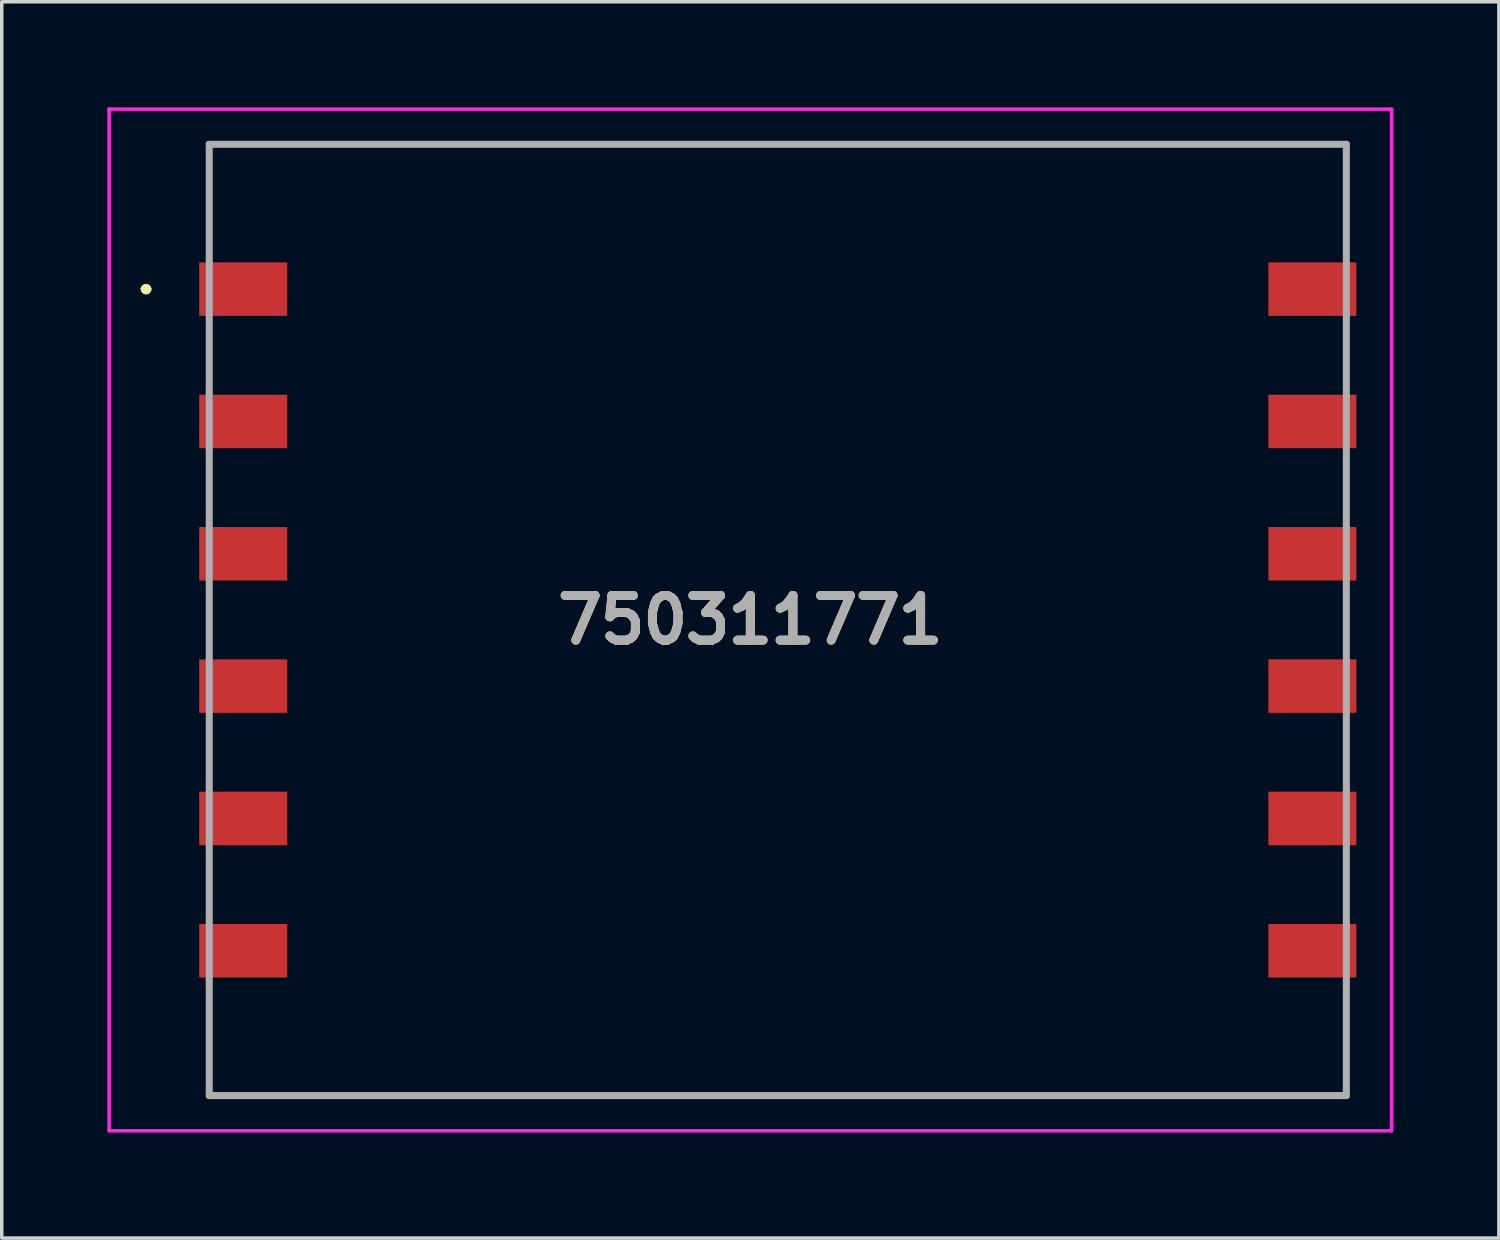
<source format=kicad_pcb>
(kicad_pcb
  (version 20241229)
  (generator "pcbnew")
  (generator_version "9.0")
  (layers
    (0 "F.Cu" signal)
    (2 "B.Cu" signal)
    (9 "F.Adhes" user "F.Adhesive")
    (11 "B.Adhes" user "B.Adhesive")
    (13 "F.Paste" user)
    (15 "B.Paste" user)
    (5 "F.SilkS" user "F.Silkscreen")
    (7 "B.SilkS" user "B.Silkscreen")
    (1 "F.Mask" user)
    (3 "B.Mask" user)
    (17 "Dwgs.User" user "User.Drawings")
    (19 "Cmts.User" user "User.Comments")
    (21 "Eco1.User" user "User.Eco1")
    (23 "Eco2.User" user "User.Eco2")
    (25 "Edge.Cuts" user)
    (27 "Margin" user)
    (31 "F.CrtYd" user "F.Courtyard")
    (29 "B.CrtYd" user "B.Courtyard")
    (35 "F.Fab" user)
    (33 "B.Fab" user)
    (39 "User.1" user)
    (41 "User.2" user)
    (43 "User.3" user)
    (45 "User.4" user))
  (footprint "750311771"
    (layer "F.Cu")
    (at 19.05 14.565)
    (property "Reference" "750311771" (at -0.78 0 0) (layer "F.SilkS") (effects (font (size 1.27 1.27) (thickness 0.254))))
    (attr smd)
    (fp_line (start -18 -9.4) (end -18 -9.4) (stroke (width 0.2) (type solid)) (layer "F.SilkS"))
    (fp_line (start -18 -9.4) (end -18 -9.4) (stroke (width 0.2) (type solid)) (layer "F.SilkS"))
    (fp_line (start -17.9 -9.4) (end -17.9 -9.4) (stroke (width 0.2) (type solid)) (layer "F.SilkS"))
    (fp_line (start -16.155 -13.515) (end -16.155 -13.515) (stroke (width 0.1) (type solid)) (layer "F.SilkS"))
    (fp_line (start -16.155 -13.515) (end 16.155 -13.515) (stroke (width 0.1) (type solid)) (layer "F.SilkS"))
    (fp_line (start -16.155 -13.5) (end -16.155 -13.5) (stroke (width 0.1) (type solid)) (layer "F.SilkS"))
    (fp_line (start -16.155 -13.5) (end -16.155 -11.25) (stroke (width 0.1) (type solid)) (layer "F.SilkS"))
    (fp_line (start -16.155 -11.25) (end -16.155 -13.5) (stroke (width 0.1) (type solid)) (layer "F.SilkS"))
    (fp_line (start -16.155 -11.25) (end -16.155 -11.25) (stroke (width 0.1) (type solid)) (layer "F.SilkS"))
    (fp_line (start -16.155 11) (end -16.155 11) (stroke (width 0.1) (type solid)) (layer "F.SilkS"))
    (fp_line (start -16.155 11) (end -16.155 13.5) (stroke (width 0.1) (type solid)) (layer "F.SilkS"))
    (fp_line (start -16.155 13.5) (end -16.155 11) (stroke (width 0.1) (type solid)) (layer "F.SilkS"))
    (fp_line (start -16.155 13.5) (end -16.155 13.5) (stroke (width 0.1) (type solid)) (layer "F.SilkS"))
    (fp_line (start -16.155 13.5) (end -16.155 13.515) (stroke (width 0.1) (type solid)) (layer "F.SilkS"))
    (fp_line (start -16.155 13.515) (end 16.155 13.515) (stroke (width 0.1) (type solid)) (layer "F.SilkS"))
    (fp_line (start 16.155 -13.515) (end -16.155 -13.515) (stroke (width 0.1) (type solid)) (layer "F.SilkS"))
    (fp_line (start 16.155 -13.515) (end 16.155 -13.515) (stroke (width 0.1) (type solid)) (layer "F.SilkS"))
    (fp_line (start 16.155 -13.515) (end 16.155 -13.515) (stroke (width 0.1) (type solid)) (layer "F.SilkS"))
    (fp_line (start 16.155 -13.515) (end 16.155 -11.25) (stroke (width 0.1) (type solid)) (layer "F.SilkS"))
    (fp_line (start 16.155 -11.25) (end 16.155 -13.515) (stroke (width 0.1) (type solid)) (layer "F.SilkS"))
    (fp_line (start 16.155 -11.25) (end 16.155 -11.25) (stroke (width 0.1) (type solid)) (layer "F.SilkS"))
    (fp_line (start 16.155 11.25) (end 16.155 11.25) (stroke (width 0.1) (type solid)) (layer "F.SilkS"))
    (fp_line (start 16.155 11.25) (end 16.155 13.515) (stroke (width 0.1) (type solid)) (layer "F.SilkS"))
    (fp_line (start 16.155 13.5) (end -16.155 13.5) (stroke (width 0.1) (type solid)) (layer "F.SilkS"))
    (fp_line (start 16.155 13.515) (end 16.155 11.25) (stroke (width 0.1) (type solid)) (layer "F.SilkS"))
    (fp_line (start 16.155 13.515) (end 16.155 13.5) (stroke (width 0.1) (type solid)) (layer "F.SilkS"))
    (fp_line (start 16.155 13.515) (end 16.155 13.515) (stroke (width 0.1) (type solid)) (layer "F.SilkS"))
    (fp_arc (start -18 -9.4) (mid -17.95 -9.45) (end -17.9 -9.4) (stroke (width 0.2) (type solid)) (layer "F.SilkS"))
    (fp_arc (start -17.9 -9.4) (mid -17.95 -9.35) (end -18 -9.4) (stroke (width 0.2) (type solid)) (layer "F.SilkS"))
    (fp_arc (start -17.9 -9.4) (mid -17.95 -9.35) (end -18 -9.4) (stroke (width 0.2) (type solid)) (layer "F.SilkS"))
    (fp_line (start -19 -14.515) (end 17.44 -14.515) (stroke (width 0.1) (type solid)) (layer "F.CrtYd"))
    (fp_line (start -19 14.515) (end -19 -14.515) (stroke (width 0.1) (type solid)) (layer "F.CrtYd"))
    (fp_line (start 17.44 -14.515) (end 17.44 14.515) (stroke (width 0.1) (type solid)) (layer "F.CrtYd"))
    (fp_line (start 17.44 14.515) (end -19 14.515) (stroke (width 0.1) (type solid)) (layer "F.CrtYd"))
    (fp_line (start -16.155 -13.515) (end -16.155 13.515) (stroke (width 0.2) (type solid)) (layer "F.Fab"))
    (fp_line (start -16.155 13.515) (end 16.155 13.515) (stroke (width 0.2) (type solid)) (layer "F.Fab"))
    (fp_line (start 16.155 -13.515) (end -16.155 -13.515) (stroke (width 0.2) (type solid)) (layer "F.Fab"))
    (fp_line (start 16.155 13.515) (end 16.155 -13.515) (stroke (width 0.2) (type solid)) (layer "F.Fab"))
    (fp_text user "${REFERENCE}" (at -0.78 0 0) (layer "F.Fab") (effects (font (size 1.27 1.27) (thickness 0.254))))
    (pad "1" smd rect (at -15.19 -9.4 90) (size 1.52 2.5) (layers "F.Cu" "F.Mask" "F.Paste"))
    (pad "2" smd rect (at -15.19 -5.64 90) (size 1.52 2.5) (layers "F.Cu" "F.Mask" "F.Paste"))
    (pad "3" smd rect (at -15.19 -1.88 90) (size 1.52 2.5) (layers "F.Cu" "F.Mask" "F.Paste"))
    (pad "4" smd rect (at -15.19 1.88 90) (size 1.52 2.5) (layers "F.Cu" "F.Mask" "F.Paste"))
    (pad "5" smd rect (at -15.19 5.64 90) (size 1.52 2.5) (layers "F.Cu" "F.Mask" "F.Paste"))
    (pad "6" smd rect (at -15.19 9.4 90) (size 1.52 2.5) (layers "F.Cu" "F.Mask" "F.Paste"))
    (pad "7" smd rect (at 15.19 9.4 90) (size 1.52 2.5) (layers "F.Cu" "F.Mask" "F.Paste"))
    (pad "8" smd rect (at 15.19 5.64 90) (size 1.52 2.5) (layers "F.Cu" "F.Mask" "F.Paste"))
    (pad "9" smd rect (at 15.19 1.88 90) (size 1.52 2.5) (layers "F.Cu" "F.Mask" "F.Paste"))
    (pad "10" smd rect (at 15.19 -1.88 90) (size 1.52 2.5) (layers "F.Cu" "F.Mask" "F.Paste"))
    (pad "11" smd rect (at 15.19 -5.64 90) (size 1.52 2.5) (layers "F.Cu" "F.Mask" "F.Paste"))
    (pad "12" smd rect (at 15.19 -9.4 90) (size 1.52 2.5) (layers "F.Cu" "F.Mask" "F.Paste")))
  (gr_rect
    (start -3 -3)
    (end 39.54 32.13)
    (stroke (width 0.1) (type default))
    (fill no)
    (layer "Edge.Cuts")))
</source>
